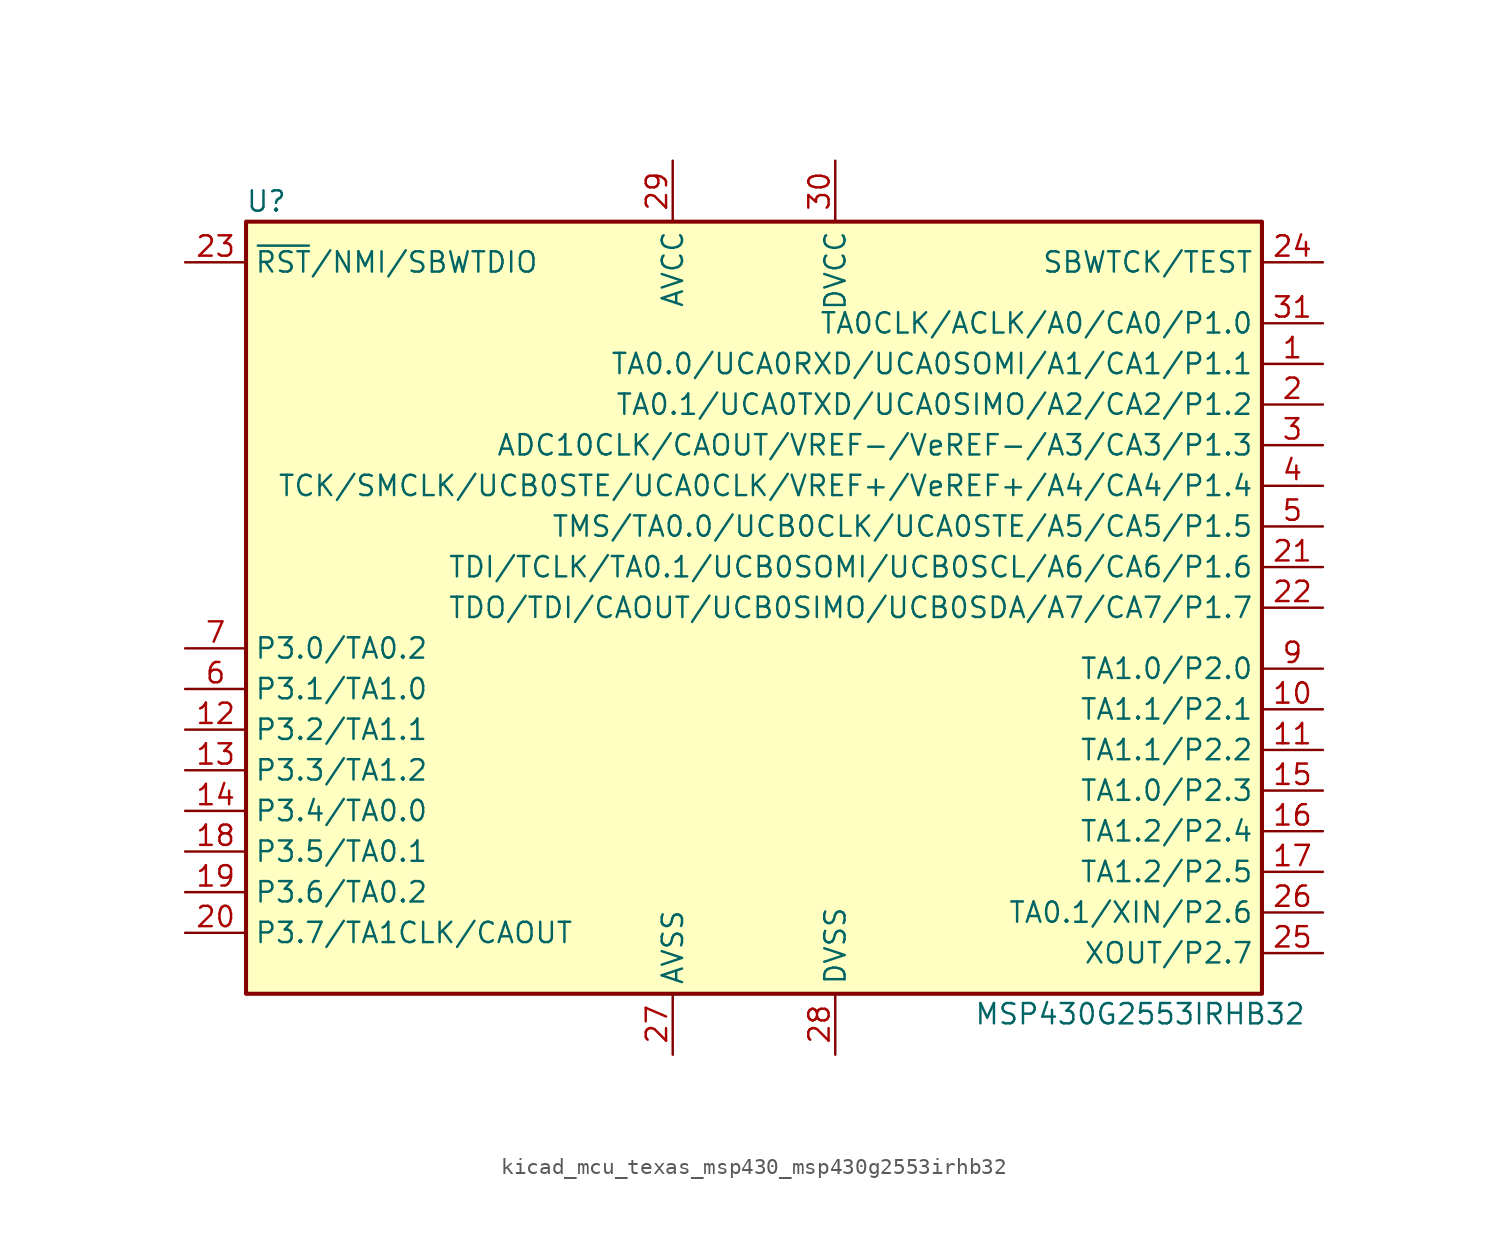
<source format=kicad_sym>
(kicad_symbol_lib
  (version 20220914)
  (generator kicad_symbol_editor)
  (symbol "kicad_mcu_texas_msp430_msp430g2553irhb32"
    (property "Reference" "U"
      (at -30.48 25.4 0)
      (effects (font (size 1.27 1.27))))
    (property "Value" "MSP430G2553IRHB32"
      (at 24.13 -25.4 0)
      (effects (font (size 1.27 1.27))))
    (symbol "kicad_mcu_texas_msp430_msp430g2553irhb32_0_1"
      (rectangle (start -31.75 24.13) (end 31.75 -24.13) (stroke (width 0.254) (type default)) (fill (type background))))
    (symbol "kicad_mcu_texas_msp430_msp430g2553irhb32_1_1"
      (pin bidirectional line (at 35.56 15.24 180) (length 3.81) (name "TA0.0/UCA0RXD/UCA0SOMI/A1/CA1/P1.1" (effects (font (size 1.27 1.27)))) (number "1" (effects (font (size 1.27 1.27)))))
      (pin bidirectional line (at 35.56 -6.35 180) (length 3.81) (name "TA1.1/P2.1" (effects (font (size 1.27 1.27)))) (number "10" (effects (font (size 1.27 1.27)))))
      (pin bidirectional line (at 35.56 -8.89 180) (length 3.81) (name "TA1.1/P2.2" (effects (font (size 1.27 1.27)))) (number "11" (effects (font (size 1.27 1.27)))))
      (pin bidirectional line (at -35.56 -7.62 0) (length 3.81) (name "P3.2/TA1.1" (effects (font (size 1.27 1.27)))) (number "12" (effects (font (size 1.27 1.27)))))
      (pin bidirectional line (at -35.56 -10.16 0) (length 3.81) (name "P3.3/TA1.2" (effects (font (size 1.27 1.27)))) (number "13" (effects (font (size 1.27 1.27)))))
      (pin bidirectional line (at -35.56 -12.7 0) (length 3.81) (name "P3.4/TA0.0" (effects (font (size 1.27 1.27)))) (number "14" (effects (font (size 1.27 1.27)))))
      (pin bidirectional line (at 35.56 -11.43 180) (length 3.81) (name "TA1.0/P2.3" (effects (font (size 1.27 1.27)))) (number "15" (effects (font (size 1.27 1.27)))))
      (pin bidirectional line (at 35.56 -13.97 180) (length 3.81) (name "TA1.2/P2.4" (effects (font (size 1.27 1.27)))) (number "16" (effects (font (size 1.27 1.27)))))
      (pin bidirectional line (at 35.56 -16.51 180) (length 3.81) (name "TA1.2/P2.5" (effects (font (size 1.27 1.27)))) (number "17" (effects (font (size 1.27 1.27)))))
      (pin bidirectional line (at -35.56 -15.24 0) (length 3.81) (name "P3.5/TA0.1" (effects (font (size 1.27 1.27)))) (number "18" (effects (font (size 1.27 1.27)))))
      (pin bidirectional line (at -35.56 -17.78 0) (length 3.81) (name "P3.6/TA0.2" (effects (font (size 1.27 1.27)))) (number "19" (effects (font (size 1.27 1.27)))))
      (pin bidirectional line (at 35.56 12.7 180) (length 3.81) (name "TA0.1/UCA0TXD/UCA0SIMO/A2/CA2/P1.2" (effects (font (size 1.27 1.27)))) (number "2" (effects (font (size 1.27 1.27)))))
      (pin bidirectional line (at -35.56 -20.32 0) (length 3.81) (name "P3.7/TA1CLK/CAOUT" (effects (font (size 1.27 1.27)))) (number "20" (effects (font (size 1.27 1.27)))))
      (pin bidirectional line (at 35.56 2.54 180) (length 3.81) (name "TDI/TCLK/TA0.1/UCB0SOMI/UCB0SCL/A6/CA6/P1.6" (effects (font (size 1.27 1.27)))) (number "21" (effects (font (size 1.27 1.27)))))
      (pin bidirectional line (at 35.56 0 180) (length 3.81) (name "TDO/TDI/CAOUT/UCB0SIMO/UCB0SDA/A7/CA7/P1.7" (effects (font (size 1.27 1.27)))) (number "22" (effects (font (size 1.27 1.27)))))
      (pin input line (at -35.56 21.59 0) (length 3.81) (name "~{RST}/NMI/SBWTDIO" (effects (font (size 1.27 1.27)))) (number "23" (effects (font (size 1.27 1.27)))))
      (pin input line (at 35.56 21.59 180) (length 3.81) (name "SBWTCK/TEST" (effects (font (size 1.27 1.27)))) (number "24" (effects (font (size 1.27 1.27)))))
      (pin bidirectional line (at 35.56 -21.59 180) (length 3.81) (name "XOUT/P2.7" (effects (font (size 1.27 1.27)))) (number "25" (effects (font (size 1.27 1.27)))))
      (pin bidirectional line (at 35.56 -19.05 180) (length 3.81) (name "TA0.1/XIN/P2.6" (effects (font (size 1.27 1.27)))) (number "26" (effects (font (size 1.27 1.27)))))
      (pin power_in line (at -5.08 -27.94 90) (length 3.81) (name "AVSS" (effects (font (size 1.27 1.27)))) (number "27" (effects (font (size 1.27 1.27)))))
      (pin power_in line (at 5.08 -27.94 90) (length 3.81) (name "DVSS" (effects (font (size 1.27 1.27)))) (number "28" (effects (font (size 1.27 1.27)))))
      (pin power_in line (at -5.08 27.94 270) (length 3.81) (name "AVCC" (effects (font (size 1.27 1.27)))) (number "29" (effects (font (size 1.27 1.27)))))
      (pin bidirectional line (at 35.56 10.16 180) (length 3.81) (name "ADC10CLK/CAOUT/VREF-/VeREF-/A3/CA3/P1.3" (effects (font (size 1.27 1.27)))) (number "3" (effects (font (size 1.27 1.27)))))
      (pin power_in line (at 5.08 27.94 270) (length 3.81) (name "DVCC" (effects (font (size 1.27 1.27)))) (number "30" (effects (font (size 1.27 1.27)))))
      (pin bidirectional line (at 35.56 17.78 180) (length 3.81) (name "TA0CLK/ACLK/A0/CA0/P1.0" (effects (font (size 1.27 1.27)))) (number "31" (effects (font (size 1.27 1.27)))))
      (pin bidirectional line (at 35.56 7.62 180) (length 3.81) (name "TCK/SMCLK/UCB0STE/UCA0CLK/VREF+/VeREF+/A4/CA4/P1.4" (effects (font (size 1.27 1.27)))) (number "4" (effects (font (size 1.27 1.27)))))
      (pin bidirectional line (at 35.56 5.08 180) (length 3.81) (name "TMS/TA0.0/UCB0CLK/UCA0STE/A5/CA5/P1.5" (effects (font (size 1.27 1.27)))) (number "5" (effects (font (size 1.27 1.27)))))
      (pin bidirectional line (at -35.56 -5.08 0) (length 3.81) (name "P3.1/TA1.0" (effects (font (size 1.27 1.27)))) (number "6" (effects (font (size 1.27 1.27)))))
      (pin bidirectional line (at -35.56 -2.54 0) (length 3.81) (name "P3.0/TA0.2" (effects (font (size 1.27 1.27)))) (number "7" (effects (font (size 1.27 1.27)))))
      (pin bidirectional line (at 35.56 -3.81 180) (length 3.81) (name "TA1.0/P2.0" (effects (font (size 1.27 1.27)))) (number "9" (effects (font (size 1.27 1.27))))))))
</source>
